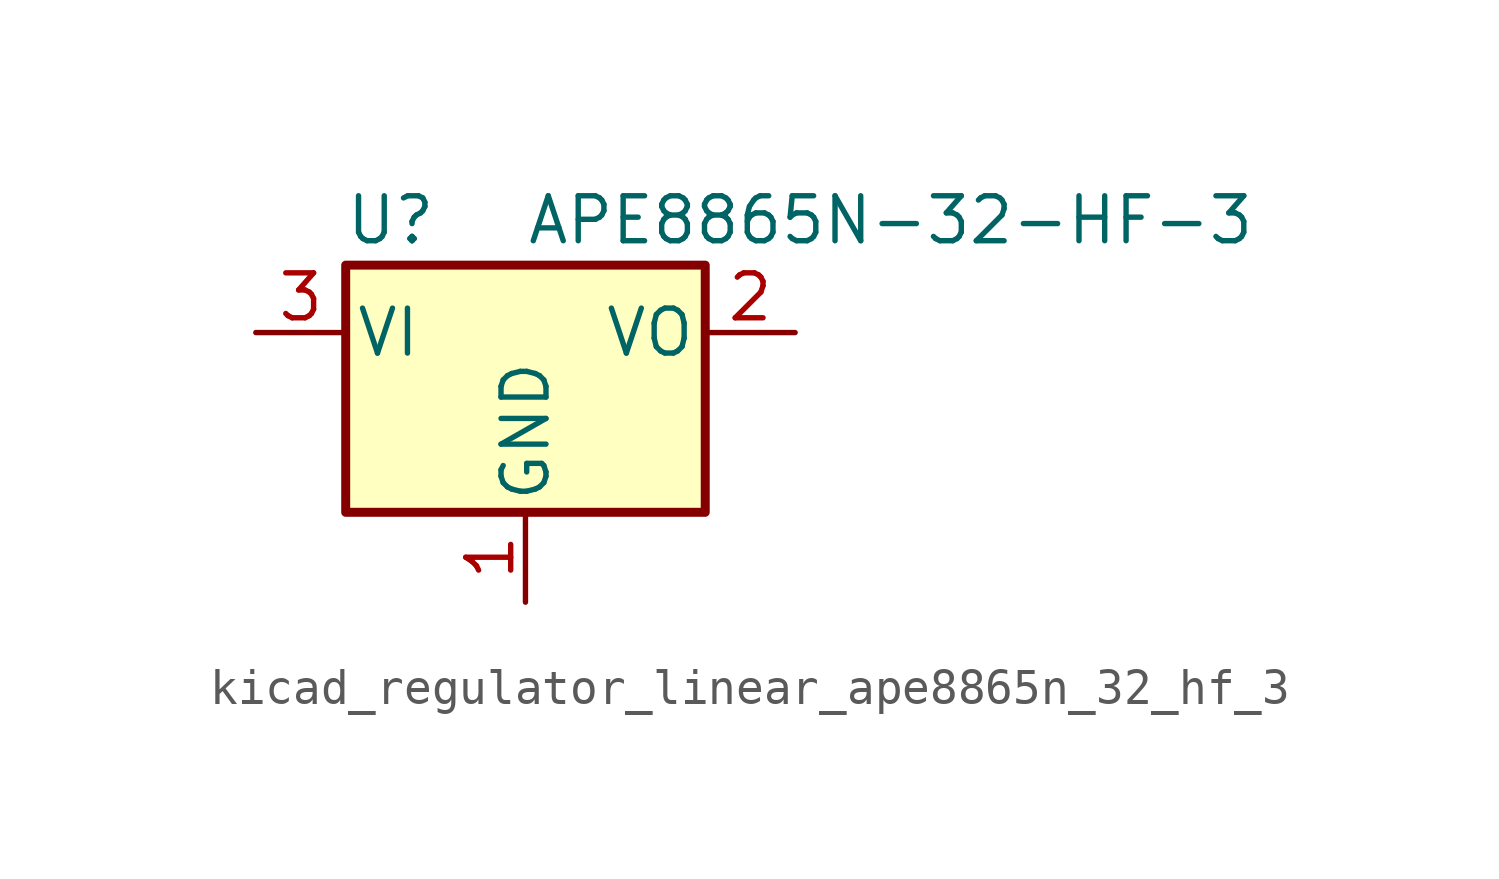
<source format=kicad_sym>
(kicad_symbol_lib
  (version 20220914)
  (generator kicad_symbol_editor)
  (symbol "kicad_regulator_linear_ape8865n_32_hf_3"
    (pin_names
      (offset 0.254))
    (property "Reference" "U"
      (at -3.81 3.175 0)
      (effects (font (size 1.27 1.27))))
    (property "Value" "APE8865N-32-HF-3"
      (at 0 3.175 0)
      (effects (font (size 1.27 1.27)) (justify left)))
    (symbol "kicad_regulator_linear_ape8865n_32_hf_3_0_1"
      (rectangle (start -5.08 1.905) (end 5.08 -5.08) (stroke (width 0.254) (type default)) (fill (type background))))
    (symbol "kicad_regulator_linear_ape8865n_32_hf_3_1_1"
      (pin power_in line (at 0 -7.62 90) (length 2.54) (name "GND" (effects (font (size 1.27 1.27)))) (number "1" (effects (font (size 1.27 1.27)))))
      (pin power_out line (at 7.62 0 180) (length 2.54) (name "VO" (effects (font (size 1.27 1.27)))) (number "2" (effects (font (size 1.27 1.27)))))
      (pin power_in line (at -7.62 0 0) (length 2.54) (name "VI" (effects (font (size 1.27 1.27)))) (number "3" (effects (font (size 1.27 1.27))))))))
</source>
